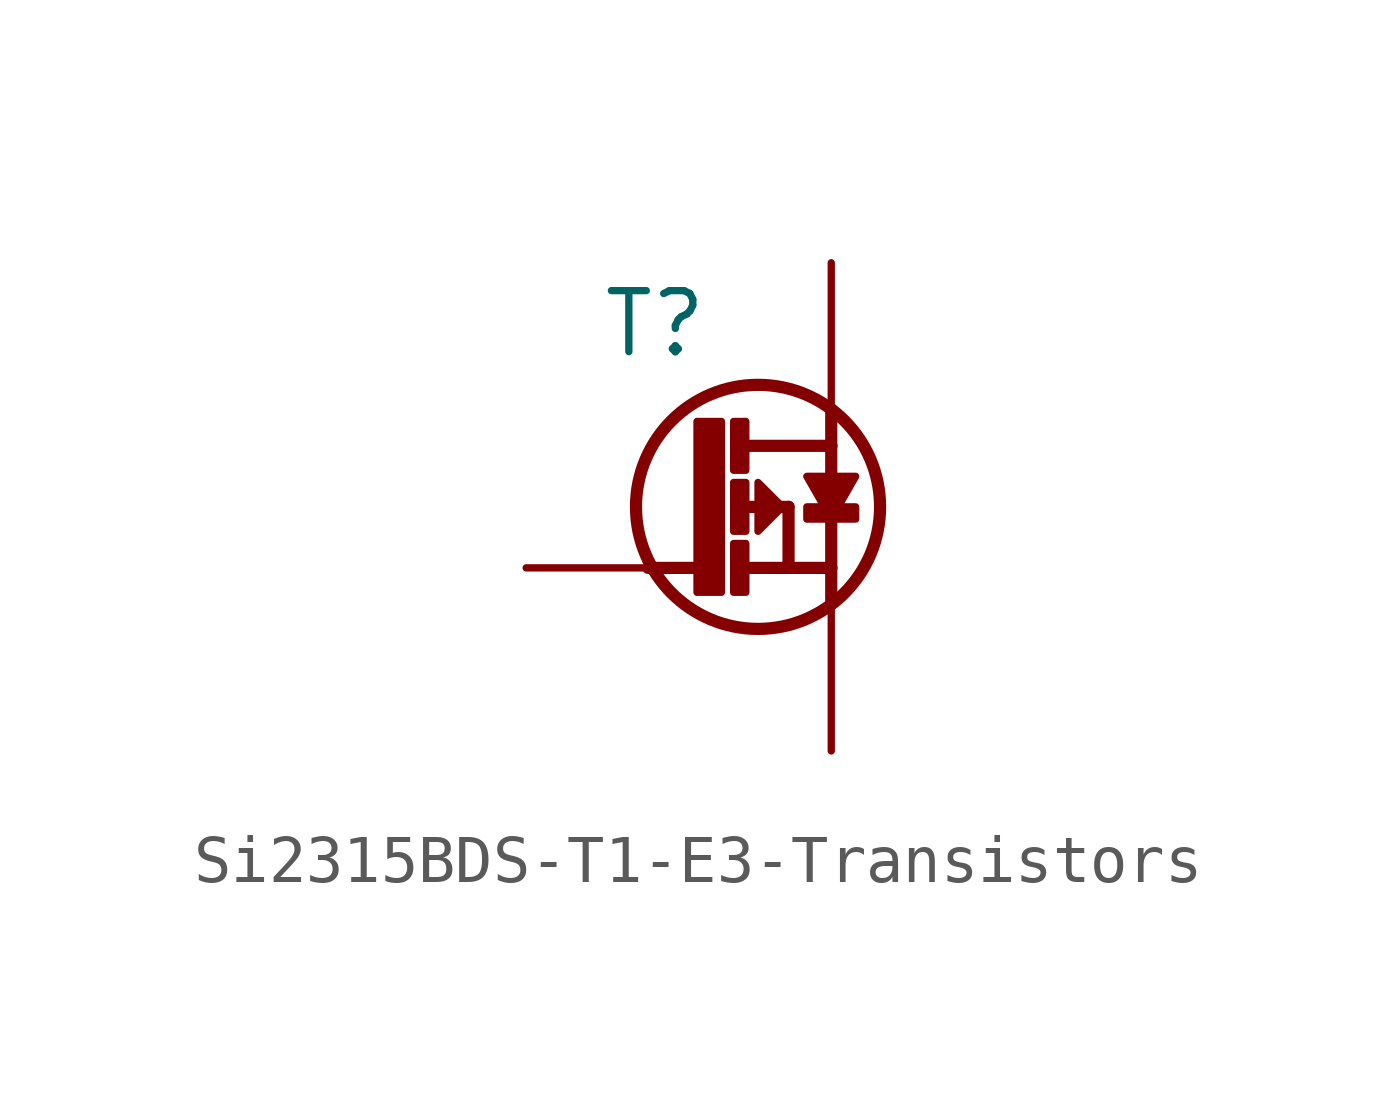
<source format=kicad_sym>
(kicad_symbol_lib
  (version 20200126)
  (host kicad_symbol_editor "(5.99.0-2809-gaceed2b0a4)")
  (symbol "LCD_Board-rescue:Si2315BDS-T1-E3-Transistors"
    (pin_names
      (offset 1.27))
    (property "Reference" "T"
      (at 3.81 5.08 0)
      (effects (font (size 1.27 1.27)) (justify right)))
    (property "ki_locked" ""
      (at 0 0 0)
      (effects (font (size 1.27 1.27))))
    (symbol "Si2315BDS-T1-E3-Transistors_0_1"
      (circle (center 4.826 1.27) (radius 2.54) (stroke (width 0.254)) (fill (type none)))
      (text "D" (at 5.08 5.334 0) (effects (font (size 0.635 0.635)) (justify left top) hide))
      (text "G" (at 0.762 0 0) (effects (font (size 0.635 0.635)) (justify left bottom) hide))
      (text "S" (at 5.08 -2.794 0) (effects (font (size 0.635 0.635)) (justify left bottom) hide))
      (rectangle (start 4.318 -0.508) (end 4.572 0.508) (stroke (width 0)) (fill (type outline)))
      (rectangle (start 4.318 0.762) (end 4.572 1.778) (stroke (width 0)) (fill (type outline)))
      (rectangle (start 4.318 2.032) (end 4.572 3.048) (stroke (width 0)) (fill (type outline)))
      (rectangle (start 5.842 1.016) (end 6.858 1.27) (stroke (width 0)) (fill (type outline)))
      (polyline (pts (xy 3.556 0) (xy 2.54 0)) (stroke (width 0.254)) (fill (type none)))
      (polyline (pts (xy 4.445 1.27) (xy 5.461 1.27)) (stroke (width 0.254)) (fill (type none)))
      (polyline (pts (xy 4.572 0) (xy 6.35 0)) (stroke (width 0.254)) (fill (type none)))
      (polyline (pts (xy 4.572 2.54) (xy 6.35 2.54)) (stroke (width 0.254)) (fill (type none)))
      (polyline (pts (xy 5.461 1.27) (xy 5.461 0)) (stroke (width 0.254)) (fill (type none)))
      (polyline (pts (xy 6.35 0) (xy 6.35 -0.762)) (stroke (width 0.254)) (fill (type none)))
      (polyline (pts (xy 6.35 2.54) (xy 6.35 0)) (stroke (width 0.254)) (fill (type none)))
      (polyline (pts (xy 6.35 3.302) (xy 6.35 2.54)) (stroke (width 0.254)) (fill (type none)))
      (polyline (pts (xy 5.334 1.27) (xy 4.826 0.762) (xy 4.826 1.778) (xy 5.334 1.27)) (stroke (width 0)) (fill (type outline)))
      (polyline (pts (xy 6.35 1.016) (xy 6.858 1.905) (xy 5.842 1.905) (xy 6.35 1.016)) (stroke (width 0)) (fill (type outline)))
      (polyline (pts (xy 3.556 -0.508) (xy 4.064 -0.508) (xy 4.064 3.048) (xy 3.556 3.048) (xy 3.556 -0.508)) (stroke (width 0)) (fill (type outline)))
      (pin passive line (at 0 0 0) (length 2.54) (name "G" (effects (font (size 0 0)))) (number "1" (effects (font (size 0 0)))))
      (pin passive line (at 6.35 -3.81 90) (length 3.048) (name "S" (effects (font (size 0 0)))) (number "2" (effects (font (size 0 0)))))
      (pin passive line (at 6.35 6.35 270) (length 3.048) (name "D" (effects (font (size 0 0)))) (number "3" (effects (font (size 0 0))))))))
</source>
